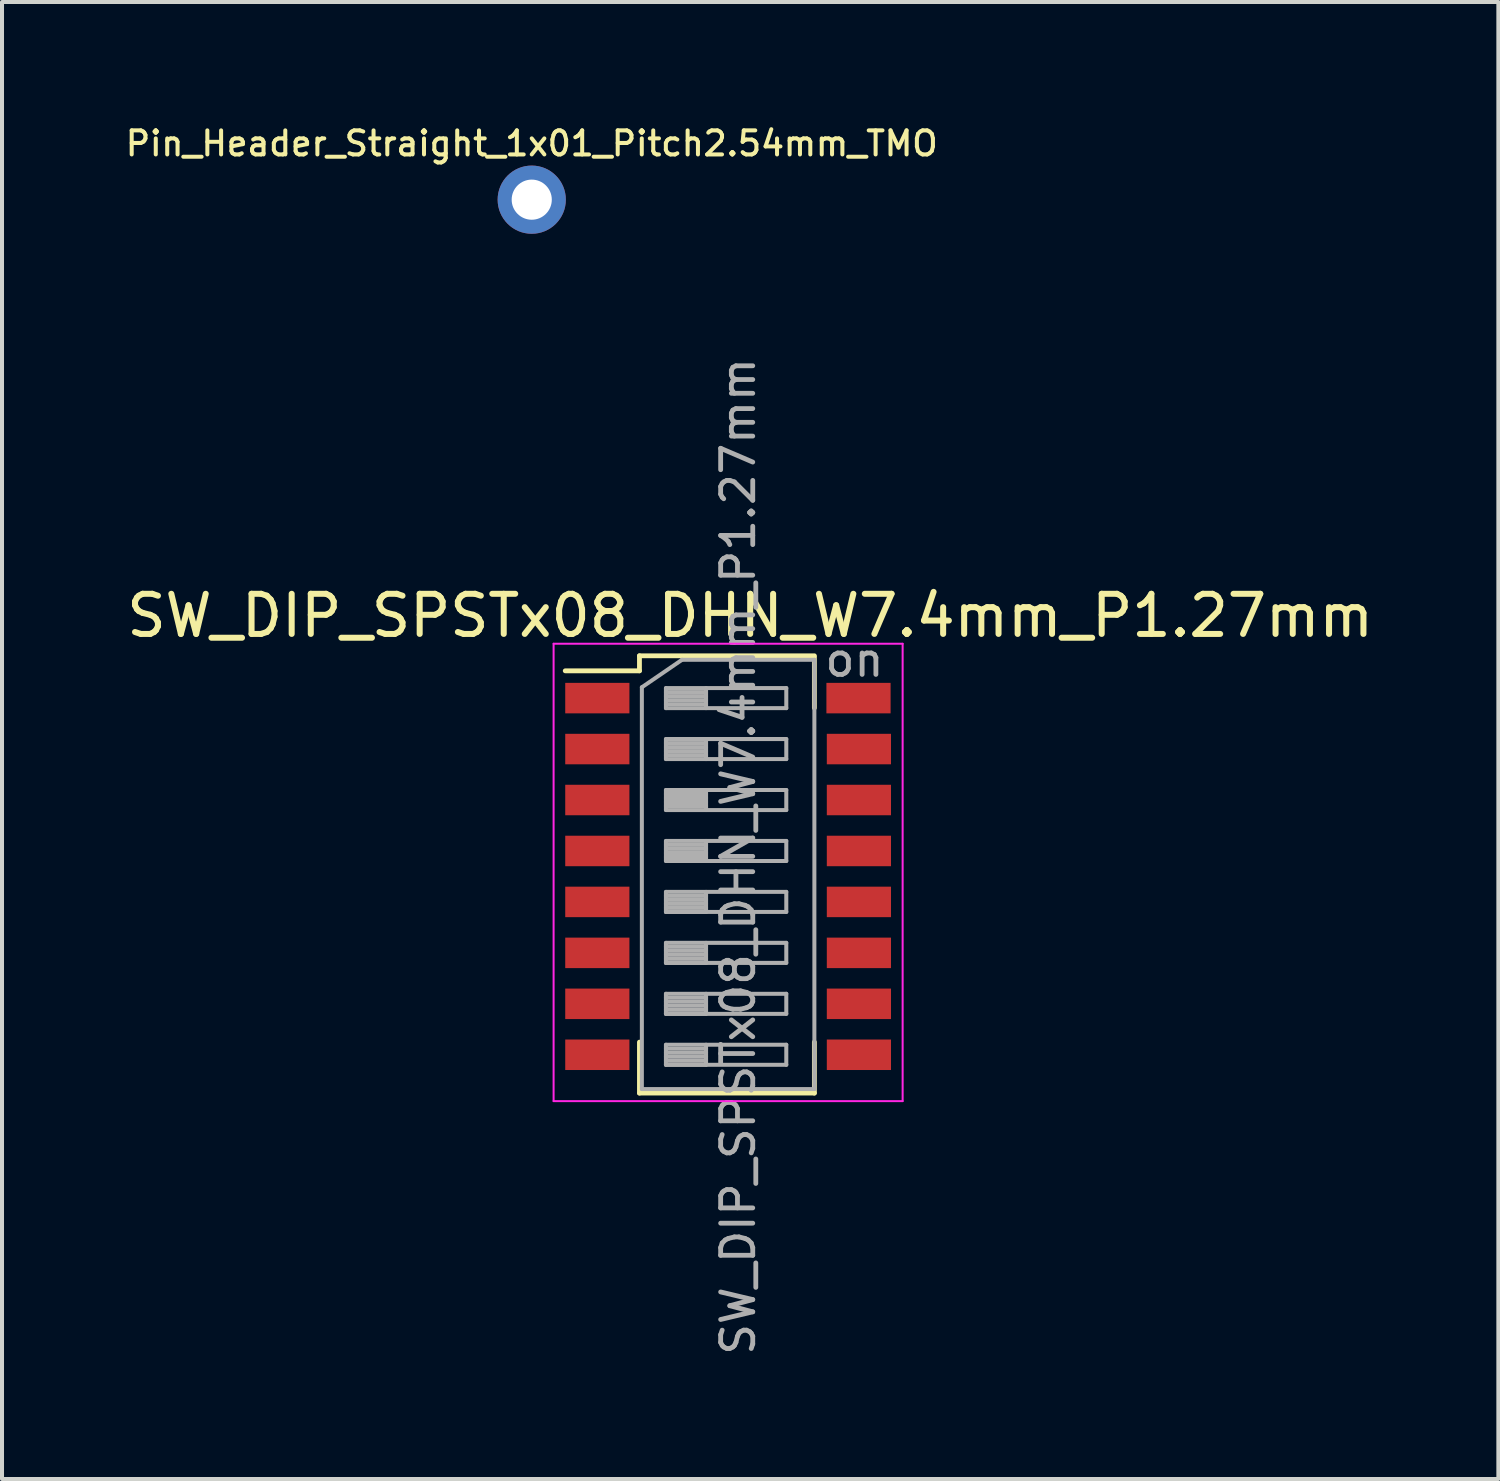
<source format=kicad_pcb>
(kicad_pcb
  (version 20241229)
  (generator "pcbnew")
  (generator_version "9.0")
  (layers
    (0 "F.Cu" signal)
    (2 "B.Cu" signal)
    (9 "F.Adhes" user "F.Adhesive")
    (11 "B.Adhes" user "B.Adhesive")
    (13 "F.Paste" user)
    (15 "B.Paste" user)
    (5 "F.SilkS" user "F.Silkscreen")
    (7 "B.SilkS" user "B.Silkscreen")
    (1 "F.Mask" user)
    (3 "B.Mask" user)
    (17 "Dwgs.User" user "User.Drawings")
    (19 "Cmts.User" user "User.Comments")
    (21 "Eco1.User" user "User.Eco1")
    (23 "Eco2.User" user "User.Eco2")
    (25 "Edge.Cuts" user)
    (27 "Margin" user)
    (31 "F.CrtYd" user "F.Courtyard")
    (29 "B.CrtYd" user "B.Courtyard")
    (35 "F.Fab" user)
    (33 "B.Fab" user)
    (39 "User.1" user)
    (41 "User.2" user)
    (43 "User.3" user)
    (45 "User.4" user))
  (footprint "Pin_Header_Straight_1x01_Pitch2.54mm_TMO"
    (layer "F.Cu")
    (at 10.204 1.927)
    (property "Reference" "Pin_Header_Straight_1x01_Pitch2.54mm_TMO" (at 0 -1.4 0) (layer "F.SilkS") (effects (font (size 0.6 0.6) (thickness 0.1))))
    (attr through_hole)
    (pad "1" thru_hole circle (at 0 0) (size 1.7 1.7) (drill 1) (layers "*.Cu" "*.Mask")))
  (footprint "SW_DIP_SPSTx08_DHN_W7.4mm_P1.27mm"
    (layer "F.Cu")
    (at 15.649 18.796)
    (property "Reference" "SW_DIP_SPSTx08_DHN_W7.4mm_P1.27mm" (at 0 -6.5 0) (layer "F.SilkS") (effects (font (size 1 1) (thickness 0.15))))
    (attr smd)
    (fp_line (start -4.61 -5.125) (end -2.76 -5.125) (stroke (width 0.12) (type solid)) (layer "F.SilkS"))
    (fp_line (start -2.76 -5.5) (end -2.76 -5.125) (stroke (width 0.12) (type solid)) (layer "F.SilkS"))
    (fp_line (start -2.76 -5.5) (end 1.6 -5.5) (stroke (width 0.12) (type solid)) (layer "F.SilkS"))
    (fp_line (start -2.76 4.13) (end -2.76 5.4) (stroke (width 0.12) (type solid)) (layer "F.SilkS"))
    (fp_line (start -2.76 5.4) (end 1.6 5.4) (stroke (width 0.12) (type solid)) (layer "F.SilkS"))
    (fp_line (start 1.6 -5.469) (end 1.6 -4.2) (stroke (width 0.12) (type solid)) (layer "F.SilkS"))
    (fp_line (start 1.6 4.13) (end 1.6 5.4) (stroke (width 0.12) (type solid)) (layer "F.SilkS"))
    (fp_line (start -4.9 -5.8) (end -4.9 5.6) (stroke (width 0.05) (type solid)) (layer "F.CrtYd"))
    (fp_line (start -4.9 5.6) (end 3.8 5.6) (stroke (width 0.05) (type solid)) (layer "F.CrtYd"))
    (fp_line (start 3.8 -5.8) (end -4.9 -5.8) (stroke (width 0.05) (type solid)) (layer "F.CrtYd"))
    (fp_line (start 3.8 5.6) (end 3.8 -5.8) (stroke (width 0.05) (type solid)) (layer "F.CrtYd"))
    (fp_line (start -2.7 -4.715) (end -1.7 -5.4) (stroke (width 0.1) (type solid)) (layer "F.Fab"))
    (fp_line (start -2.7 5.3) (end -2.7 -4.715) (stroke (width 0.1) (type solid)) (layer "F.Fab"))
    (fp_line (start -2.1 -4.695) (end -2.1 -4.195) (stroke (width 0.1) (type solid)) (layer "F.Fab"))
    (fp_line (start -2.1 -4.595) (end -1.1 -4.595) (stroke (width 0.1) (type solid)) (layer "F.Fab"))
    (fp_line (start -2.1 -4.495) (end -1.1 -4.495) (stroke (width 0.1) (type solid)) (layer "F.Fab"))
    (fp_line (start -2.1 -4.395) (end -1.1 -4.395) (stroke (width 0.1) (type solid)) (layer "F.Fab"))
    (fp_line (start -2.1 -4.295) (end -1.1 -4.295) (stroke (width 0.1) (type solid)) (layer "F.Fab"))
    (fp_line (start -2.1 -4.195) (end 0.9 -4.195) (stroke (width 0.1) (type solid)) (layer "F.Fab"))
    (fp_line (start -2.1 -3.425) (end -2.1 -2.925) (stroke (width 0.1) (type solid)) (layer "F.Fab"))
    (fp_line (start -2.1 -3.325) (end -1.1 -3.325) (stroke (width 0.1) (type solid)) (layer "F.Fab"))
    (fp_line (start -2.1 -3.225) (end -1.1 -3.225) (stroke (width 0.1) (type solid)) (layer "F.Fab"))
    (fp_line (start -2.1 -3.125) (end -1.1 -3.125) (stroke (width 0.1) (type solid)) (layer "F.Fab"))
    (fp_line (start -2.1 -3.025) (end -1.1 -3.025) (stroke (width 0.1) (type solid)) (layer "F.Fab"))
    (fp_line (start -2.1 -2.925) (end 0.9 -2.925) (stroke (width 0.1) (type solid)) (layer "F.Fab"))
    (fp_line (start -2.1 -2.155) (end -2.1 -1.655) (stroke (width 0.1) (type solid)) (layer "F.Fab"))
    (fp_line (start -2.1 -2.055) (end -1.1 -2.055) (stroke (width 0.1) (type solid)) (layer "F.Fab"))
    (fp_line (start -2.1 -1.955) (end -1.1 -1.955) (stroke (width 0.1) (type solid)) (layer "F.Fab"))
    (fp_line (start -2.1 -1.855) (end -1.1 -1.855) (stroke (width 0.1) (type solid)) (layer "F.Fab"))
    (fp_line (start -2.1 -1.755) (end -1.1 -1.755) (stroke (width 0.1) (type solid)) (layer "F.Fab"))
    (fp_line (start -2.1 -1.655) (end 0.9 -1.655) (stroke (width 0.1) (type solid)) (layer "F.Fab"))
    (fp_line (start -2.1 -0.885) (end -2.1 -0.385) (stroke (width 0.1) (type solid)) (layer "F.Fab"))
    (fp_line (start -2.1 -0.785) (end -1.1 -0.785) (stroke (width 0.1) (type solid)) (layer "F.Fab"))
    (fp_line (start -2.1 -0.685) (end -1.1 -0.685) (stroke (width 0.1) (type solid)) (layer "F.Fab"))
    (fp_line (start -2.1 -0.585) (end -1.1 -0.585) (stroke (width 0.1) (type solid)) (layer "F.Fab"))
    (fp_line (start -2.1 -0.485) (end -1.1 -0.485) (stroke (width 0.1) (type solid)) (layer "F.Fab"))
    (fp_line (start -2.1 -0.385) (end 0.9 -0.385) (stroke (width 0.1) (type solid)) (layer "F.Fab"))
    (fp_line (start -2.1 0.385) (end -2.1 0.885) (stroke (width 0.1) (type solid)) (layer "F.Fab"))
    (fp_line (start -2.1 0.485) (end -1.1 0.485) (stroke (width 0.1) (type solid)) (layer "F.Fab"))
    (fp_line (start -2.1 0.585) (end -1.1 0.585) (stroke (width 0.1) (type solid)) (layer "F.Fab"))
    (fp_line (start -2.1 0.685) (end -1.1 0.685) (stroke (width 0.1) (type solid)) (layer "F.Fab"))
    (fp_line (start -2.1 0.785) (end -1.1 0.785) (stroke (width 0.1) (type solid)) (layer "F.Fab"))
    (fp_line (start -2.1 0.885) (end -1.1 0.885) (stroke (width 0.1) (type solid)) (layer "F.Fab"))
    (fp_line (start -2.1 0.885) (end 0.9 0.885) (stroke (width 0.1) (type solid)) (layer "F.Fab"))
    (fp_line (start -2.1 1.655) (end -2.1 2.155) (stroke (width 0.1) (type solid)) (layer "F.Fab"))
    (fp_line (start -2.1 1.755) (end -1.1 1.755) (stroke (width 0.1) (type solid)) (layer "F.Fab"))
    (fp_line (start -2.1 1.855) (end -1.1 1.855) (stroke (width 0.1) (type solid)) (layer "F.Fab"))
    (fp_line (start -2.1 1.955) (end -1.1 1.955) (stroke (width 0.1) (type solid)) (layer "F.Fab"))
    (fp_line (start -2.1 2.055) (end -1.1 2.055) (stroke (width 0.1) (type solid)) (layer "F.Fab"))
    (fp_line (start -2.1 2.155) (end -1.1 2.155) (stroke (width 0.1) (type solid)) (layer "F.Fab"))
    (fp_line (start -2.1 2.155) (end 0.9 2.155) (stroke (width 0.1) (type solid)) (layer "F.Fab"))
    (fp_line (start -2.1 2.925) (end -2.1 3.425) (stroke (width 0.1) (type solid)) (layer "F.Fab"))
    (fp_line (start -2.1 3.025) (end -1.1 3.025) (stroke (width 0.1) (type solid)) (layer "F.Fab"))
    (fp_line (start -2.1 3.125) (end -1.1 3.125) (stroke (width 0.1) (type solid)) (layer "F.Fab"))
    (fp_line (start -2.1 3.225) (end -1.1 3.225) (stroke (width 0.1) (type solid)) (layer "F.Fab"))
    (fp_line (start -2.1 3.325) (end -1.1 3.325) (stroke (width 0.1) (type solid)) (layer "F.Fab"))
    (fp_line (start -2.1 3.425) (end -1.1 3.425) (stroke (width 0.1) (type solid)) (layer "F.Fab"))
    (fp_line (start -2.1 3.425) (end 0.9 3.425) (stroke (width 0.1) (type solid)) (layer "F.Fab"))
    (fp_line (start -2.1 4.195) (end -2.1 4.695) (stroke (width 0.1) (type solid)) (layer "F.Fab"))
    (fp_line (start -2.1 4.295) (end -1.1 4.295) (stroke (width 0.1) (type solid)) (layer "F.Fab"))
    (fp_line (start -2.1 4.395) (end -1.1 4.395) (stroke (width 0.1) (type solid)) (layer "F.Fab"))
    (fp_line (start -2.1 4.495) (end -1.1 4.495) (stroke (width 0.1) (type solid)) (layer "F.Fab"))
    (fp_line (start -2.1 4.595) (end -1.1 4.595) (stroke (width 0.1) (type solid)) (layer "F.Fab"))
    (fp_line (start -2.1 4.695) (end -1.1 4.695) (stroke (width 0.1) (type solid)) (layer "F.Fab"))
    (fp_line (start -2.1 4.695) (end 0.9 4.695) (stroke (width 0.1) (type solid)) (layer "F.Fab"))
    (fp_line (start -1.7 -5.4) (end 1.6 -5.4) (stroke (width 0.1) (type solid)) (layer "F.Fab"))
    (fp_line (start -1.1 -4.695) (end -1.1 -4.195) (stroke (width 0.1) (type solid)) (layer "F.Fab"))
    (fp_line (start -1.1 -3.425) (end -1.1 -2.925) (stroke (width 0.1) (type solid)) (layer "F.Fab"))
    (fp_line (start -1.1 -2.155) (end -1.1 -1.655) (stroke (width 0.1) (type solid)) (layer "F.Fab"))
    (fp_line (start -1.1 -0.885) (end -1.1 -0.385) (stroke (width 0.1) (type solid)) (layer "F.Fab"))
    (fp_line (start -1.1 0.385) (end -1.1 0.885) (stroke (width 0.1) (type solid)) (layer "F.Fab"))
    (fp_line (start -1.1 1.655) (end -1.1 2.155) (stroke (width 0.1) (type solid)) (layer "F.Fab"))
    (fp_line (start -1.1 2.925) (end -1.1 3.425) (stroke (width 0.1) (type solid)) (layer "F.Fab"))
    (fp_line (start -1.1 4.195) (end -1.1 4.695) (stroke (width 0.1) (type solid)) (layer "F.Fab"))
    (fp_line (start 0.9 -4.695) (end -2.1 -4.695) (stroke (width 0.1) (type solid)) (layer "F.Fab"))
    (fp_line (start 0.9 -4.195) (end 0.9 -4.695) (stroke (width 0.1) (type solid)) (layer "F.Fab"))
    (fp_line (start 0.9 -3.425) (end -2.1 -3.425) (stroke (width 0.1) (type solid)) (layer "F.Fab"))
    (fp_line (start 0.9 -2.925) (end 0.9 -3.425) (stroke (width 0.1) (type solid)) (layer "F.Fab"))
    (fp_line (start 0.9 -2.155) (end -2.1 -2.155) (stroke (width 0.1) (type solid)) (layer "F.Fab"))
    (fp_line (start 0.9 -1.655) (end 0.9 -2.155) (stroke (width 0.1) (type solid)) (layer "F.Fab"))
    (fp_line (start 0.9 -0.885) (end -2.1 -0.885) (stroke (width 0.1) (type solid)) (layer "F.Fab"))
    (fp_line (start 0.9 -0.385) (end 0.9 -0.885) (stroke (width 0.1) (type solid)) (layer "F.Fab"))
    (fp_line (start 0.9 0.385) (end -2.1 0.385) (stroke (width 0.1) (type solid)) (layer "F.Fab"))
    (fp_line (start 0.9 0.885) (end 0.9 0.385) (stroke (width 0.1) (type solid)) (layer "F.Fab"))
    (fp_line (start 0.9 1.655) (end -2.1 1.655) (stroke (width 0.1) (type solid)) (layer "F.Fab"))
    (fp_line (start 0.9 2.155) (end 0.9 1.655) (stroke (width 0.1) (type solid)) (layer "F.Fab"))
    (fp_line (start 0.9 2.925) (end -2.1 2.925) (stroke (width 0.1) (type solid)) (layer "F.Fab"))
    (fp_line (start 0.9 3.425) (end 0.9 2.925) (stroke (width 0.1) (type solid)) (layer "F.Fab"))
    (fp_line (start 0.9 4.195) (end -2.1 4.195) (stroke (width 0.1) (type solid)) (layer "F.Fab"))
    (fp_line (start 0.9 4.695) (end 0.9 4.195) (stroke (width 0.1) (type solid)) (layer "F.Fab"))
    (fp_line (start 1.6 -5.4) (end 1.6 5.3) (stroke (width 0.1) (type solid)) (layer "F.Fab"))
    (fp_line (start 1.6 5.3) (end -2.7 5.3) (stroke (width 0.1) (type solid)) (layer "F.Fab"))
    (fp_text user "${REFERENCE}" (at -0.3 -0.5 90) (layer "F.Fab") (effects (font (size 0.8 0.8) (thickness 0.12))))
    (fp_text user "on" (at 2.6 -5.4 0) (layer "F.Fab") (effects (font (size 0.8 0.8) (thickness 0.12))))
    (pad "1" smd rect (at -3.81 -4.445) (size 1.6 0.76) (layers "F.Cu" "F.Mask" "F.Paste"))
    (pad "2" smd rect (at -3.81 -3.175) (size 1.6 0.76) (layers "F.Cu" "F.Mask" "F.Paste"))
    (pad "3" smd rect (at -3.81 -1.905) (size 1.6 0.76) (layers "F.Cu" "F.Mask" "F.Paste"))
    (pad "4" smd rect (at -3.81 -0.635) (size 1.6 0.76) (layers "F.Cu" "F.Mask" "F.Paste"))
    (pad "5" smd rect (at -3.81 0.635) (size 1.6 0.76) (layers "F.Cu" "F.Mask" "F.Paste"))
    (pad "6" smd rect (at -3.81 1.905) (size 1.6 0.76) (layers "F.Cu" "F.Mask" "F.Paste"))
    (pad "7" smd rect (at -3.81 3.175) (size 1.6 0.76) (layers "F.Cu" "F.Mask" "F.Paste"))
    (pad "8" smd rect (at -3.81 4.445) (size 1.6 0.76) (layers "F.Cu" "F.Mask" "F.Paste"))
    (pad "9" smd rect (at 2.71 4.445) (size 1.6 0.76) (layers "F.Cu" "F.Mask" "F.Paste"))
    (pad "10" smd rect (at 2.71 3.175) (size 1.6 0.76) (layers "F.Cu" "F.Mask" "F.Paste"))
    (pad "11" smd rect (at 2.71 1.905) (size 1.6 0.76) (layers "F.Cu" "F.Mask" "F.Paste"))
    (pad "12" smd rect (at 2.71 0.635) (size 1.6 0.76) (layers "F.Cu" "F.Mask" "F.Paste"))
    (pad "13" smd rect (at 2.71 -0.635) (size 1.6 0.76) (layers "F.Cu" "F.Mask" "F.Paste"))
    (pad "14" smd rect (at 2.71 -1.905) (size 1.6 0.76) (layers "F.Cu" "F.Mask" "F.Paste"))
    (pad "15" smd rect (at 2.71 -3.175) (size 1.6 0.76) (layers "F.Cu" "F.Mask" "F.Paste"))
    (pad "16" smd rect (at 2.7 -4.445) (size 1.6 0.76) (layers "F.Cu" "F.Mask" "F.Paste")))
  (gr_rect
    (start -3 -3)
    (end 34.298 33.815)
    (stroke (width 0.1) (type default))
    (fill no)
    (layer "Edge.Cuts")))
</source>
